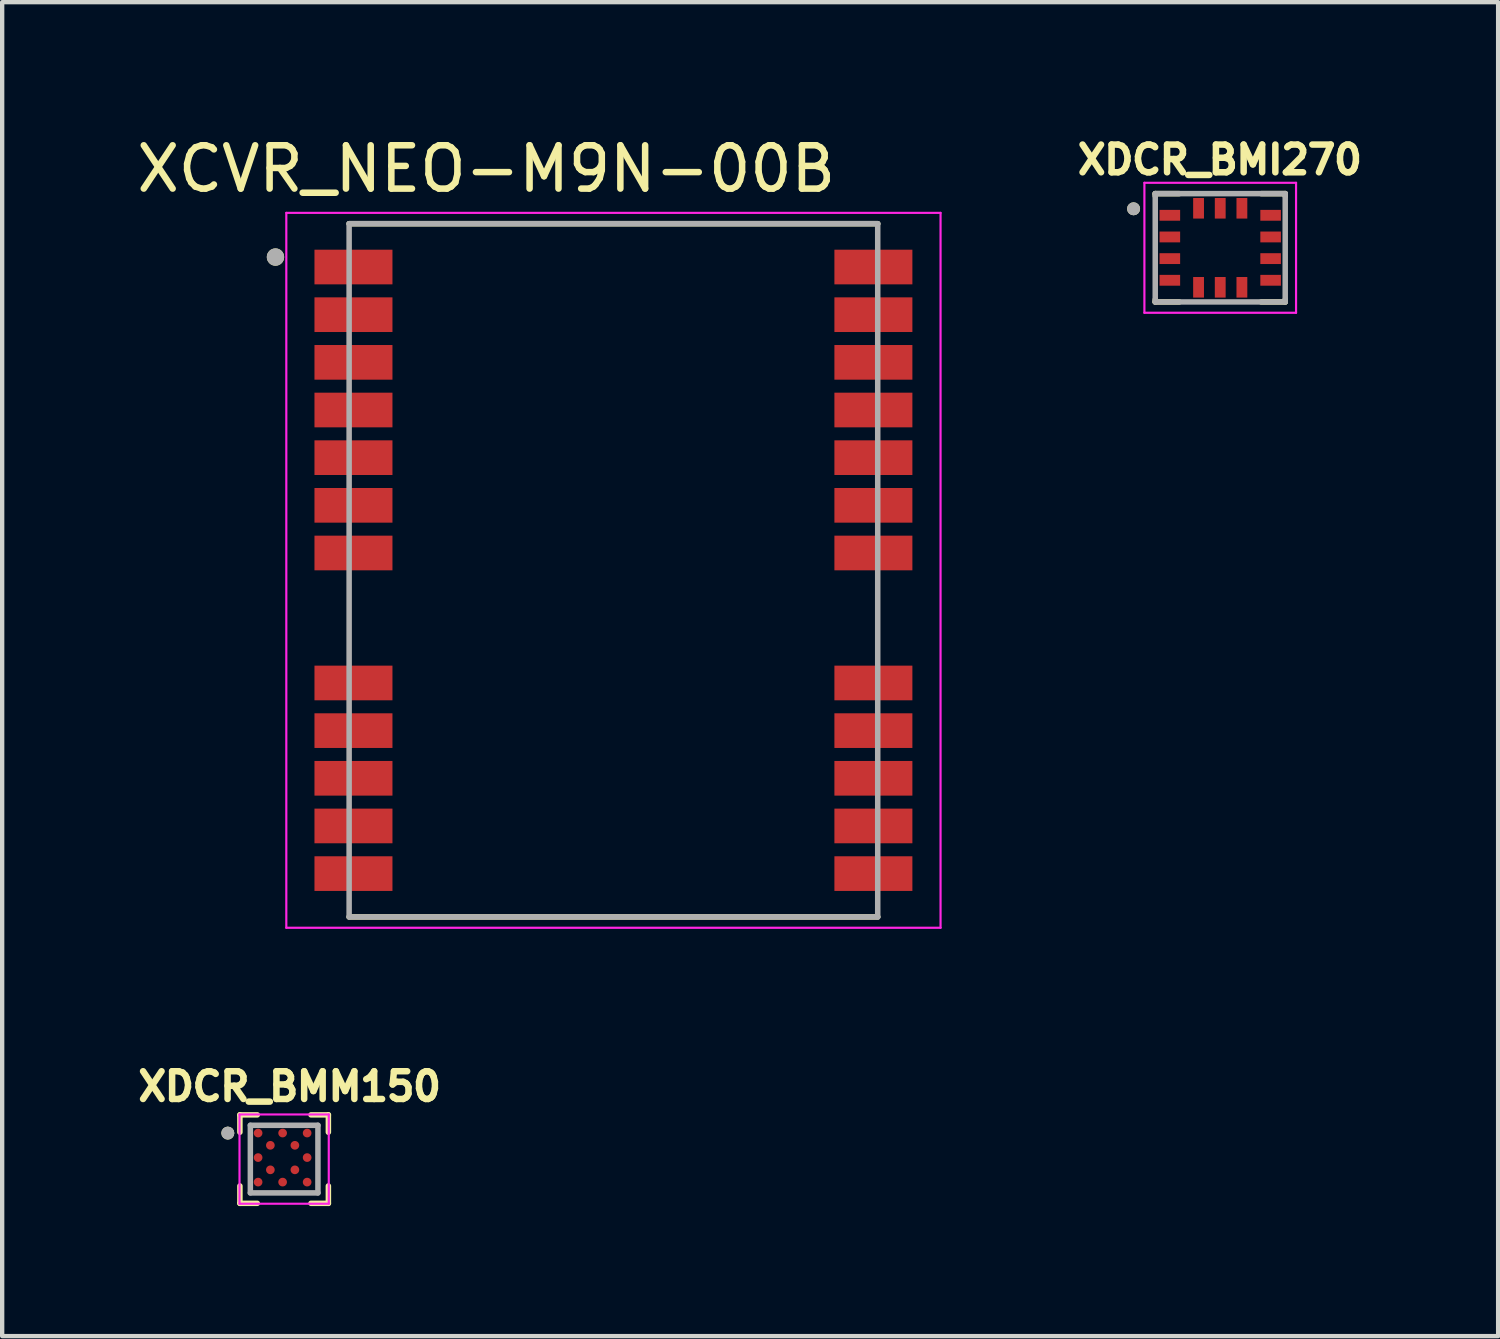
<source format=kicad_pcb>
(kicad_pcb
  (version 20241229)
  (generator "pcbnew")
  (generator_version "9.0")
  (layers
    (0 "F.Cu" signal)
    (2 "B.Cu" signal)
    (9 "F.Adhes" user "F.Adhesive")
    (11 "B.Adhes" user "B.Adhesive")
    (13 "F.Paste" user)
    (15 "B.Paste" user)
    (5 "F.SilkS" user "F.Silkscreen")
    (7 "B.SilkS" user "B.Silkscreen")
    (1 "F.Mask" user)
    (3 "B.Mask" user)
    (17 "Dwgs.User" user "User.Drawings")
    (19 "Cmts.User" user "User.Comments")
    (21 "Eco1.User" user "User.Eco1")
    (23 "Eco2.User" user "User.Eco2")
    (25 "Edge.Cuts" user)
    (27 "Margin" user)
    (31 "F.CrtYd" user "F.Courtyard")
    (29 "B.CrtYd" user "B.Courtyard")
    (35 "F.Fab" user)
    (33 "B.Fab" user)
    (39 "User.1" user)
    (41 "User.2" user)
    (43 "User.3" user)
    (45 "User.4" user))
  (footprint "XCVR_NEO-M9N-00B"
    (layer "F.Cu")
    (at 11.108 10.113)
    (property "Reference" "XCVR_NEO-M9N-00B" (at -2.935 -9.265 0) (layer "F.SilkS") (effects (font (size 1 1) (thickness 0.15))))
    (attr through_hole)
    (fp_line (start -6.1 -8) (end 6.1 -8) (stroke (width 0.127) (type solid)) (layer "F.SilkS"))
    (fp_line (start 6.1 8) (end -6.1 8) (stroke (width 0.127) (type solid)) (layer "F.SilkS"))
    (fp_circle (center -7.8 -7.23) (end -7.7 -7.23) (stroke (width 0.2) (type solid)) (fill no) (layer "F.SilkS"))
    (fp_poly (pts (xy -7.3 -7.4) (xy -6.1 -7.4) (xy -6.1 -7.3) (xy -5.2 -7.3) (xy -5.2 -6.7) (xy -6.1 -6.7) (xy -6.1 -6.6) (xy -7.3 -6.6)) (stroke (width 0.01) (type solid)) (fill yes) (layer "F.Paste"))
    (fp_poly (pts (xy -7.3 -6.3) (xy -6.1 -6.3) (xy -6.1 -6.2) (xy -5.2 -6.2) (xy -5.2 -5.6) (xy -6.1 -5.6) (xy -6.1 -5.5) (xy -7.3 -5.5)) (stroke (width 0.01) (type solid)) (fill yes) (layer "F.Paste"))
    (fp_poly (pts (xy -7.3 -5.2) (xy -6.1 -5.2) (xy -6.1 -5.1) (xy -5.2 -5.1) (xy -5.2 -4.5) (xy -6.1 -4.5) (xy -6.1 -4.4) (xy -7.3 -4.4)) (stroke (width 0.01) (type solid)) (fill yes) (layer "F.Paste"))
    (fp_poly (pts (xy -7.3 -4.1) (xy -6.1 -4.1) (xy -6.1 -4) (xy -5.2 -4) (xy -5.2 -3.4) (xy -6.1 -3.4) (xy -6.1 -3.3) (xy -7.3 -3.3)) (stroke (width 0.01) (type solid)) (fill yes) (layer "F.Paste"))
    (fp_poly (pts (xy -7.3 -3) (xy -6.1 -3) (xy -6.1 -2.9) (xy -5.2 -2.9) (xy -5.2 -2.3) (xy -6.1 -2.3) (xy -6.1 -2.2) (xy -7.3 -2.2)) (stroke (width 0.01) (type solid)) (fill yes) (layer "F.Paste"))
    (fp_poly (pts (xy -7.3 -1.9) (xy -6.1 -1.9) (xy -6.1 -1.8) (xy -5.2 -1.8) (xy -5.2 -1.2) (xy -6.1 -1.2) (xy -6.1 -1.1) (xy -7.3 -1.1)) (stroke (width 0.01) (type solid)) (fill yes) (layer "F.Paste"))
    (fp_poly (pts (xy -7.3 -0.8) (xy -6.1 -0.8) (xy -6.1 -0.7) (xy -5.2 -0.7) (xy -5.2 -0.1) (xy -6.1 -0.1) (xy -6.1 0) (xy -7.3 0)) (stroke (width 0.01) (type solid)) (fill yes) (layer "F.Paste"))
    (fp_poly (pts (xy -7.3 2.2) (xy -6.1 2.2) (xy -6.1 2.3) (xy -5.2 2.3) (xy -5.2 2.9) (xy -6.1 2.9) (xy -6.1 3) (xy -7.3 3)) (stroke (width 0.01) (type solid)) (fill yes) (layer "F.Paste"))
    (fp_poly (pts (xy -7.3 3.3) (xy -6.1 3.3) (xy -6.1 3.4) (xy -5.2 3.4) (xy -5.2 4) (xy -6.1 4) (xy -6.1 4.1) (xy -7.3 4.1)) (stroke (width 0.01) (type solid)) (fill yes) (layer "F.Paste"))
    (fp_poly (pts (xy -7.3 4.4) (xy -6.1 4.4) (xy -6.1 4.5) (xy -5.2 4.5) (xy -5.2 5.1) (xy -6.1 5.1) (xy -6.1 5.2) (xy -7.3 5.2)) (stroke (width 0.01) (type solid)) (fill yes) (layer "F.Paste"))
    (fp_poly (pts (xy -7.3 5.5) (xy -6.1 5.5) (xy -6.1 5.6) (xy -5.2 5.6) (xy -5.2 6.2) (xy -6.1 6.2) (xy -6.1 6.3) (xy -7.3 6.3)) (stroke (width 0.01) (type solid)) (fill yes) (layer "F.Paste"))
    (fp_poly (pts (xy -7.3 6.6) (xy -6.1 6.6) (xy -6.1 6.7) (xy -5.2 6.7) (xy -5.2 7.3) (xy -6.1 7.3) (xy -6.1 7.4) (xy -7.3 7.4)) (stroke (width 0.01) (type solid)) (fill yes) (layer "F.Paste"))
    (fp_poly (pts (xy 5.2 -7.3) (xy 6.1 -7.3) (xy 6.1 -7.4) (xy 7.3 -7.4) (xy 7.3 -6.6) (xy 6.1 -6.6) (xy 6.1 -6.7) (xy 5.2 -6.7)) (stroke (width 0.01) (type solid)) (fill yes) (layer "F.Paste"))
    (fp_poly (pts (xy 5.2 -6.2) (xy 6.1 -6.2) (xy 6.1 -6.3) (xy 7.3 -6.3) (xy 7.3 -5.5) (xy 6.1 -5.5) (xy 6.1 -5.6) (xy 5.2 -5.6)) (stroke (width 0.01) (type solid)) (fill yes) (layer "F.Paste"))
    (fp_poly (pts (xy 5.2 -5.1) (xy 6.1 -5.1) (xy 6.1 -5.2) (xy 7.3 -5.2) (xy 7.3 -4.4) (xy 6.1 -4.4) (xy 6.1 -4.5) (xy 5.2 -4.5)) (stroke (width 0.01) (type solid)) (fill yes) (layer "F.Paste"))
    (fp_poly (pts (xy 5.2 -4) (xy 6.1 -4) (xy 6.1 -4.1) (xy 7.3 -4.1) (xy 7.3 -3.3) (xy 6.1 -3.3) (xy 6.1 -3.4) (xy 5.2 -3.4)) (stroke (width 0.01) (type solid)) (fill yes) (layer "F.Paste"))
    (fp_poly (pts (xy 5.2 -2.9) (xy 6.1 -2.9) (xy 6.1 -3) (xy 7.3 -3) (xy 7.3 -2.2) (xy 6.1 -2.2) (xy 6.1 -2.3) (xy 5.2 -2.3)) (stroke (width 0.01) (type solid)) (fill yes) (layer "F.Paste"))
    (fp_poly (pts (xy 5.2 -1.8) (xy 6.1 -1.8) (xy 6.1 -1.9) (xy 7.3 -1.9) (xy 7.3 -1.1) (xy 6.1 -1.1) (xy 6.1 -1.2) (xy 5.2 -1.2)) (stroke (width 0.01) (type solid)) (fill yes) (layer "F.Paste"))
    (fp_poly (pts (xy 5.2 -0.7) (xy 6.1 -0.7) (xy 6.1 -0.8) (xy 7.3 -0.8) (xy 7.3 0) (xy 6.1 0) (xy 6.1 -0.1) (xy 5.2 -0.1)) (stroke (width 0.01) (type solid)) (fill yes) (layer "F.Paste"))
    (fp_poly (pts (xy 5.2 2.3) (xy 6.1 2.3) (xy 6.1 2.2) (xy 7.3 2.2) (xy 7.3 3) (xy 6.1 3) (xy 6.1 2.9) (xy 5.2 2.9)) (stroke (width 0.01) (type solid)) (fill yes) (layer "F.Paste"))
    (fp_poly (pts (xy 5.2 3.4) (xy 6.1 3.4) (xy 6.1 3.3) (xy 7.3 3.3) (xy 7.3 4.1) (xy 6.1 4.1) (xy 6.1 4) (xy 5.2 4)) (stroke (width 0.01) (type solid)) (fill yes) (layer "F.Paste"))
    (fp_poly (pts (xy 5.2 4.5) (xy 6.1 4.5) (xy 6.1 4.4) (xy 7.3 4.4) (xy 7.3 5.2) (xy 6.1 5.2) (xy 6.1 5.1) (xy 5.2 5.1)) (stroke (width 0.01) (type solid)) (fill yes) (layer "F.Paste"))
    (fp_poly (pts (xy 5.2 5.6) (xy 6.1 5.6) (xy 6.1 5.5) (xy 7.3 5.5) (xy 7.3 6.3) (xy 6.1 6.3) (xy 6.1 6.2) (xy 5.2 6.2)) (stroke (width 0.01) (type solid)) (fill yes) (layer "F.Paste"))
    (fp_poly (pts (xy 5.2 6.7) (xy 6.1 6.7) (xy 6.1 6.6) (xy 7.3 6.6) (xy 7.3 7.4) (xy 6.1 7.4) (xy 6.1 7.3) (xy 5.2 7.3)) (stroke (width 0.01) (type solid)) (fill yes) (layer "F.Paste"))
    (fp_line (start -7.55 -8.25) (end 7.55 -8.25) (stroke (width 0.05) (type solid)) (layer "F.CrtYd"))
    (fp_line (start -7.55 8.25) (end -7.55 -8.25) (stroke (width 0.05) (type solid)) (layer "F.CrtYd"))
    (fp_line (start 7.55 -8.25) (end 7.55 8.25) (stroke (width 0.05) (type solid)) (layer "F.CrtYd"))
    (fp_line (start 7.55 8.25) (end -7.55 8.25) (stroke (width 0.05) (type solid)) (layer "F.CrtYd"))
    (fp_line (start -6.1 -8) (end -6.1 8) (stroke (width 0.127) (type solid)) (layer "F.Fab"))
    (fp_line (start 6.1 -8) (end -6.1 -8) (stroke (width 0.127) (type solid)) (layer "F.Fab"))
    (fp_line (start 6.1 8) (end -6.1 8) (stroke (width 0.127) (type solid)) (layer "F.Fab"))
    (fp_line (start 6.1 8) (end 6.1 -8) (stroke (width 0.127) (type solid)) (layer "F.Fab"))
    (fp_circle (center -7.8 -7.23) (end -7.7 -7.23) (stroke (width 0.2) (type solid)) (fill no) (layer "F.Fab"))
    (pad "1" smd rect (at -6 -7) (size 1.8 0.8) (layers "F.Cu" "F.Mask"))
    (pad "2" smd rect (at -6 -5.9) (size 1.8 0.8) (layers "F.Cu" "F.Mask"))
    (pad "3" smd rect (at -6 -4.8) (size 1.8 0.8) (layers "F.Cu" "F.Mask"))
    (pad "4" smd rect (at -6 -3.7) (size 1.8 0.8) (layers "F.Cu" "F.Mask"))
    (pad "5" smd rect (at -6 -2.6) (size 1.8 0.8) (layers "F.Cu" "F.Mask"))
    (pad "6" smd rect (at -6 -1.5) (size 1.8 0.8) (layers "F.Cu" "F.Mask"))
    (pad "7" smd rect (at -6 -0.4) (size 1.8 0.8) (layers "F.Cu" "F.Mask"))
    (pad "8" smd rect (at -6 2.6) (size 1.8 0.8) (layers "F.Cu" "F.Mask"))
    (pad "9" smd rect (at -6 3.7) (size 1.8 0.8) (layers "F.Cu" "F.Mask"))
    (pad "10" smd rect (at -6 4.8) (size 1.8 0.8) (layers "F.Cu" "F.Mask"))
    (pad "11" smd rect (at -6 5.9) (size 1.8 0.8) (layers "F.Cu" "F.Mask"))
    (pad "12" smd rect (at -6 7) (size 1.8 0.8) (layers "F.Cu" "F.Mask"))
    (pad "13" smd rect (at 6 7) (size 1.8 0.8) (layers "F.Cu" "F.Mask"))
    (pad "14" smd rect (at 6 5.9) (size 1.8 0.8) (layers "F.Cu" "F.Mask"))
    (pad "15" smd rect (at 6 4.8) (size 1.8 0.8) (layers "F.Cu" "F.Mask"))
    (pad "16" smd rect (at 6 3.7) (size 1.8 0.8) (layers "F.Cu" "F.Mask"))
    (pad "17" smd rect (at 6 2.6) (size 1.8 0.8) (layers "F.Cu" "F.Mask"))
    (pad "18" smd rect (at 6 -0.4) (size 1.8 0.8) (layers "F.Cu" "F.Mask"))
    (pad "19" smd rect (at 6 -1.5) (size 1.8 0.8) (layers "F.Cu" "F.Mask"))
    (pad "20" smd rect (at 6 -2.6) (size 1.8 0.8) (layers "F.Cu" "F.Mask"))
    (pad "21" smd rect (at 6 -3.7) (size 1.8 0.8) (layers "F.Cu" "F.Mask"))
    (pad "22" smd rect (at 6 -4.8) (size 1.8 0.8) (layers "F.Cu" "F.Mask"))
    (pad "23" smd rect (at 6 -5.9) (size 1.8 0.8) (layers "F.Cu" "F.Mask"))
    (pad "24" smd rect (at 6 -7) (size 1.8 0.8) (layers "F.Cu" "F.Mask")))
  (footprint "XDCR_BMI270"
    (layer "F.Cu")
    (at 25.113 2.669)
    (property "Reference" "XDCR_BMI270" (at -0.008 -2.031 0) (layer "F.SilkS") (effects (font (size 0.64 0.64) (thickness 0.15))))
    (attr through_hole)
    (fp_line (start -1.5 -1.25) (end -1.5 -1.195) (stroke (width 0.127) (type solid)) (layer "F.SilkS"))
    (fp_line (start -1.5 -1.25) (end -0.945 -1.25) (stroke (width 0.127) (type solid)) (layer "F.SilkS"))
    (fp_line (start -1.5 1.195) (end -1.5 1.25) (stroke (width 0.127) (type solid)) (layer "F.SilkS"))
    (fp_line (start -1.5 1.25) (end -0.945 1.25) (stroke (width 0.127) (type solid)) (layer "F.SilkS"))
    (fp_line (start 0.945 -1.25) (end 1.5 -1.25) (stroke (width 0.127) (type solid)) (layer "F.SilkS"))
    (fp_line (start 0.945 1.25) (end 1.5 1.25) (stroke (width 0.127) (type solid)) (layer "F.SilkS"))
    (fp_line (start 1.5 -1.25) (end 1.5 -1.195) (stroke (width 0.127) (type solid)) (layer "F.SilkS"))
    (fp_line (start 1.5 1.195) (end 1.5 1.25) (stroke (width 0.127) (type solid)) (layer "F.SilkS"))
    (fp_circle (center -2 -0.9) (end -1.925 -0.9) (stroke (width 0.15) (type solid)) (fill no) (layer "F.SilkS"))
    (fp_line (start -1.75 -1.5) (end 1.75 -1.5) (stroke (width 0.05) (type solid)) (layer "F.CrtYd"))
    (fp_line (start -1.75 1.5) (end -1.75 -1.5) (stroke (width 0.05) (type solid)) (layer "F.CrtYd"))
    (fp_line (start 1.75 -1.5) (end 1.75 1.5) (stroke (width 0.05) (type solid)) (layer "F.CrtYd"))
    (fp_line (start 1.75 1.5) (end -1.75 1.5) (stroke (width 0.05) (type solid)) (layer "F.CrtYd"))
    (fp_line (start -1.5 -1.25) (end -1.5 1.25) (stroke (width 0.127) (type solid)) (layer "F.Fab"))
    (fp_line (start -1.5 1.25) (end 1.5 1.25) (stroke (width 0.127) (type solid)) (layer "F.Fab"))
    (fp_line (start 1.5 -1.25) (end -1.5 -1.25) (stroke (width 0.127) (type solid)) (layer "F.Fab"))
    (fp_line (start 1.5 1.25) (end 1.5 -1.25) (stroke (width 0.127) (type solid)) (layer "F.Fab"))
    (fp_circle (center -2 -0.9) (end -1.925 -0.9) (stroke (width 0.15) (type solid)) (fill no) (layer "F.Fab"))
    (pad "1" smd rect (at -1.163 -0.75) (size 0.475 0.25) (layers "F.Cu" "F.Mask" "F.Paste"))
    (pad "2" smd rect (at -1.163 -0.25) (size 0.475 0.25) (layers "F.Cu" "F.Mask" "F.Paste"))
    (pad "3" smd rect (at -1.163 0.25) (size 0.475 0.25) (layers "F.Cu" "F.Mask" "F.Paste"))
    (pad "4" smd rect (at -1.163 0.75) (size 0.475 0.25) (layers "F.Cu" "F.Mask" "F.Paste"))
    (pad "5" smd rect (at -0.5 0.912 90) (size 0.475 0.25) (layers "F.Cu" "F.Mask" "F.Paste"))
    (pad "6" smd rect (at 0 0.912 90) (size 0.475 0.25) (layers "F.Cu" "F.Mask" "F.Paste"))
    (pad "7" smd rect (at 0.5 0.912 90) (size 0.475 0.25) (layers "F.Cu" "F.Mask" "F.Paste"))
    (pad "8" smd rect (at 1.163 0.75) (size 0.475 0.25) (layers "F.Cu" "F.Mask" "F.Paste"))
    (pad "9" smd rect (at 1.163 0.25) (size 0.475 0.25) (layers "F.Cu" "F.Mask" "F.Paste"))
    (pad "10" smd rect (at 1.163 -0.25) (size 0.475 0.25) (layers "F.Cu" "F.Mask" "F.Paste"))
    (pad "11" smd rect (at 1.163 -0.75) (size 0.475 0.25) (layers "F.Cu" "F.Mask" "F.Paste"))
    (pad "12" smd rect (at 0.5 -0.912 90) (size 0.475 0.25) (layers "F.Cu" "F.Mask" "F.Paste"))
    (pad "13" smd rect (at 0 -0.912 90) (size 0.475 0.25) (layers "F.Cu" "F.Mask" "F.Paste"))
    (pad "14" smd rect (at -0.5 -0.912 90) (size 0.475 0.25) (layers "F.Cu" "F.Mask" "F.Paste")))
  (footprint "XDCR_BMM150"
    (layer "F.Cu")
    (at 3.508 23.702)
    (property "Reference" "XDCR_BMM150" (at 0.127 -1.676 0) (layer "F.SilkS") (effects (font (size 0.64 0.64) (thickness 0.15))))
    (attr through_hole)
    (fp_line (start -1.021 -1.021) (end -1.021 -0.62) (stroke (width 0.127) (type solid)) (layer "F.SilkS"))
    (fp_line (start -1.021 1.021) (end -1.021 0.62) (stroke (width 0.127) (type solid)) (layer "F.SilkS"))
    (fp_line (start -0.62 -1.021) (end -1.021 -1.021) (stroke (width 0.127) (type solid)) (layer "F.SilkS"))
    (fp_line (start -0.62 1.021) (end -1.021 1.021) (stroke (width 0.127) (type solid)) (layer "F.SilkS"))
    (fp_line (start 0.62 -1.021) (end 1.021 -1.021) (stroke (width 0.127) (type solid)) (layer "F.SilkS"))
    (fp_line (start 0.62 1.021) (end 1.021 1.021) (stroke (width 0.127) (type solid)) (layer "F.SilkS"))
    (fp_line (start 1.021 -1.021) (end 1.021 -0.62) (stroke (width 0.127) (type solid)) (layer "F.SilkS"))
    (fp_line (start 1.021 1.021) (end 1.021 0.62) (stroke (width 0.127) (type solid)) (layer "F.SilkS"))
    (fp_circle (center -1.3 -0.6) (end -1.225 -0.6) (stroke (width 0.15) (type solid)) (fill no) (layer "F.SilkS"))
    (fp_line (start -1.03 -1.03) (end -1.03 1.03) (stroke (width 0.05) (type solid)) (layer "F.CrtYd"))
    (fp_line (start -1.03 1.03) (end 1.03 1.03) (stroke (width 0.05) (type solid)) (layer "F.CrtYd"))
    (fp_line (start 1.03 -1.03) (end -1.03 -1.03) (stroke (width 0.05) (type solid)) (layer "F.CrtYd"))
    (fp_line (start 1.03 1.03) (end 1.03 -1.03) (stroke (width 0.05) (type solid)) (layer "F.CrtYd"))
    (fp_line (start -0.78 -0.78) (end -0.78 0.78) (stroke (width 0.127) (type solid)) (layer "F.Fab"))
    (fp_line (start -0.78 0.78) (end 0.78 0.78) (stroke (width 0.127) (type solid)) (layer "F.Fab"))
    (fp_line (start 0.78 -0.78) (end -0.78 -0.78) (stroke (width 0.127) (type solid)) (layer "F.Fab"))
    (fp_line (start 0.78 0.78) (end 0.78 -0.78) (stroke (width 0.127) (type solid)) (layer "F.Fab"))
    (fp_circle (center -1.3 -0.6) (end -1.225 -0.6) (stroke (width 0.15) (type solid)) (fill no) (layer "F.Fab"))
    (pad "A1" smd circle (at -0.601 -0.601) (size 0.2 0.2) (layers "F.Cu" "F.Mask" "F.Paste"))
    (pad "A3" smd circle (at -0.035 -0.601) (size 0.2 0.2) (layers "F.Cu" "F.Mask" "F.Paste"))
    (pad "A5" smd circle (at 0.531 -0.601) (size 0.2 0.2) (layers "F.Cu" "F.Mask" "F.Paste"))
    (pad "B2" smd circle (at -0.318 -0.318) (size 0.2 0.2) (layers "F.Cu" "F.Mask" "F.Paste"))
    (pad "B4" smd circle (at 0.248 -0.318) (size 0.2 0.2) (layers "F.Cu" "F.Mask" "F.Paste"))
    (pad "C1" smd circle (at -0.601 -0.035) (size 0.2 0.2) (layers "F.Cu" "F.Mask" "F.Paste"))
    (pad "C5" smd circle (at 0.531 -0.035) (size 0.2 0.2) (layers "F.Cu" "F.Mask" "F.Paste"))
    (pad "D2" smd circle (at -0.318 0.248) (size 0.2 0.2) (layers "F.Cu" "F.Mask" "F.Paste"))
    (pad "D4" smd circle (at 0.248 0.248) (size 0.2 0.2) (layers "F.Cu" "F.Mask" "F.Paste"))
    (pad "E1" smd circle (at -0.601 0.531) (size 0.2 0.2) (layers "F.Cu" "F.Mask" "F.Paste"))
    (pad "E3" smd circle (at -0.035 0.531) (size 0.2 0.2) (layers "F.Cu" "F.Mask" "F.Paste"))
    (pad "E5" smd circle (at 0.531 0.531) (size 0.2 0.2) (layers "F.Cu" "F.Mask" "F.Paste")))
  (gr_rect
    (start -3 -3)
    (end 31.527 27.787)
    (stroke (width 0.1) (type default))
    (fill no)
    (layer "Edge.Cuts")))
</source>
